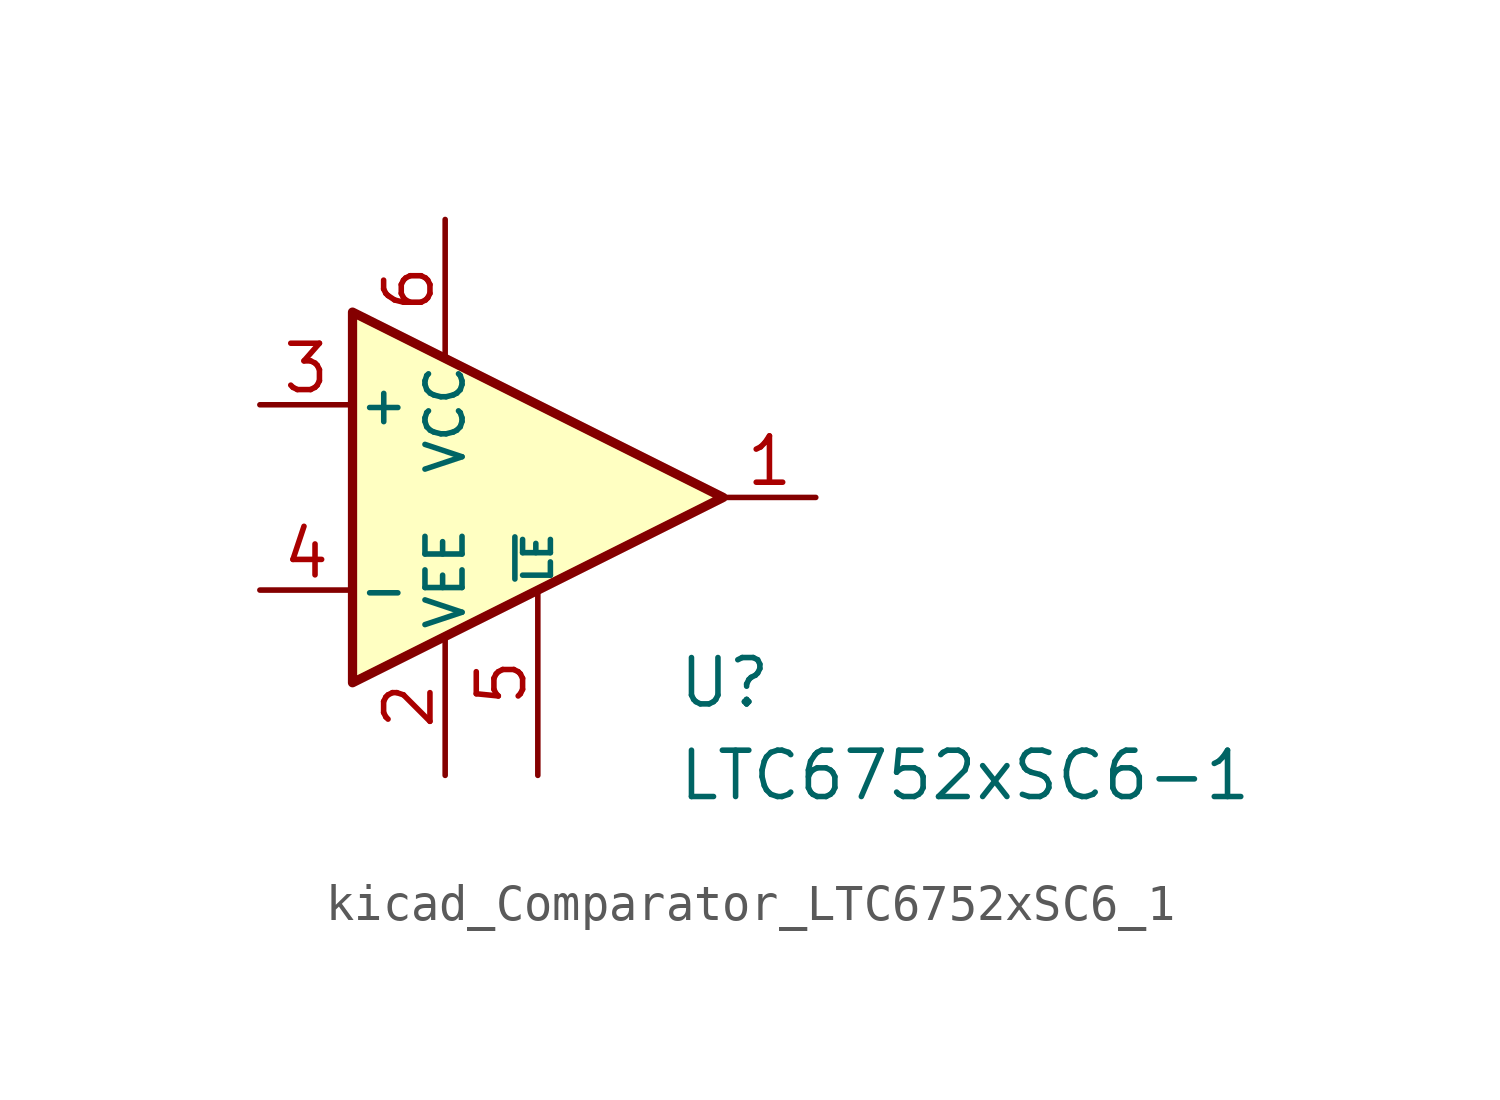
<source format=kicad_sym>
(kicad_symbol_lib
  (version 20220914)
  (generator kicad_symbol_editor)
  (symbol "kicad_Comparator_LTC6752xSC6_1"
    (pin_names
      (offset 0.127))
    (property "Reference" "U"
      (at 3.81 -5.08 0)
      (effects (font (size 1.27 1.27)) (justify left)))
    (property "Value" "LTC6752xSC6-1"
      (at 3.81 -7.62 0)
      (effects (font (size 1.27 1.27)) (justify left)))
    (symbol "kicad_Comparator_LTC6752xSC6_1_1_1"
      (polyline (pts (xy -5.08 5.08) (xy 5.08 0) (xy -5.08 -5.08) (xy -5.08 5.08)) (stroke (width 0.254) (type default)) (fill (type background)))
      (pin output line (at 7.62 0 180) (length 2.54) (name "~" (effects (font (size 1.27 1.27)))) (number "1" (effects (font (size 1.27 1.27)))))
      (pin power_in line (at -2.54 -7.62 90) (length 3.81) (name "VEE" (effects (font (size 1.016 1.016)))) (number "2" (effects (font (size 1.27 1.27)))))
      (pin input line (at -7.62 2.54 0) (length 2.54) (name "+" (effects (font (size 1.016 1.016)))) (number "3" (effects (font (size 1.27 1.27)))))
      (pin input line (at -7.62 -2.54 0) (length 2.54) (name "-" (effects (font (size 1.016 1.016)))) (number "4" (effects (font (size 1.27 1.27)))))
      (pin input line (at 0 -7.62 90) (length 5.08) (name "~{LE}" (effects (font (size 0.762 0.762)))) (number "5" (effects (font (size 1.27 1.27)))))
      (pin power_in line (at -2.54 7.62 270) (length 3.81) (name "VCC" (effects (font (size 1.016 1.016)))) (number "6" (effects (font (size 1.27 1.27))))))))
</source>
